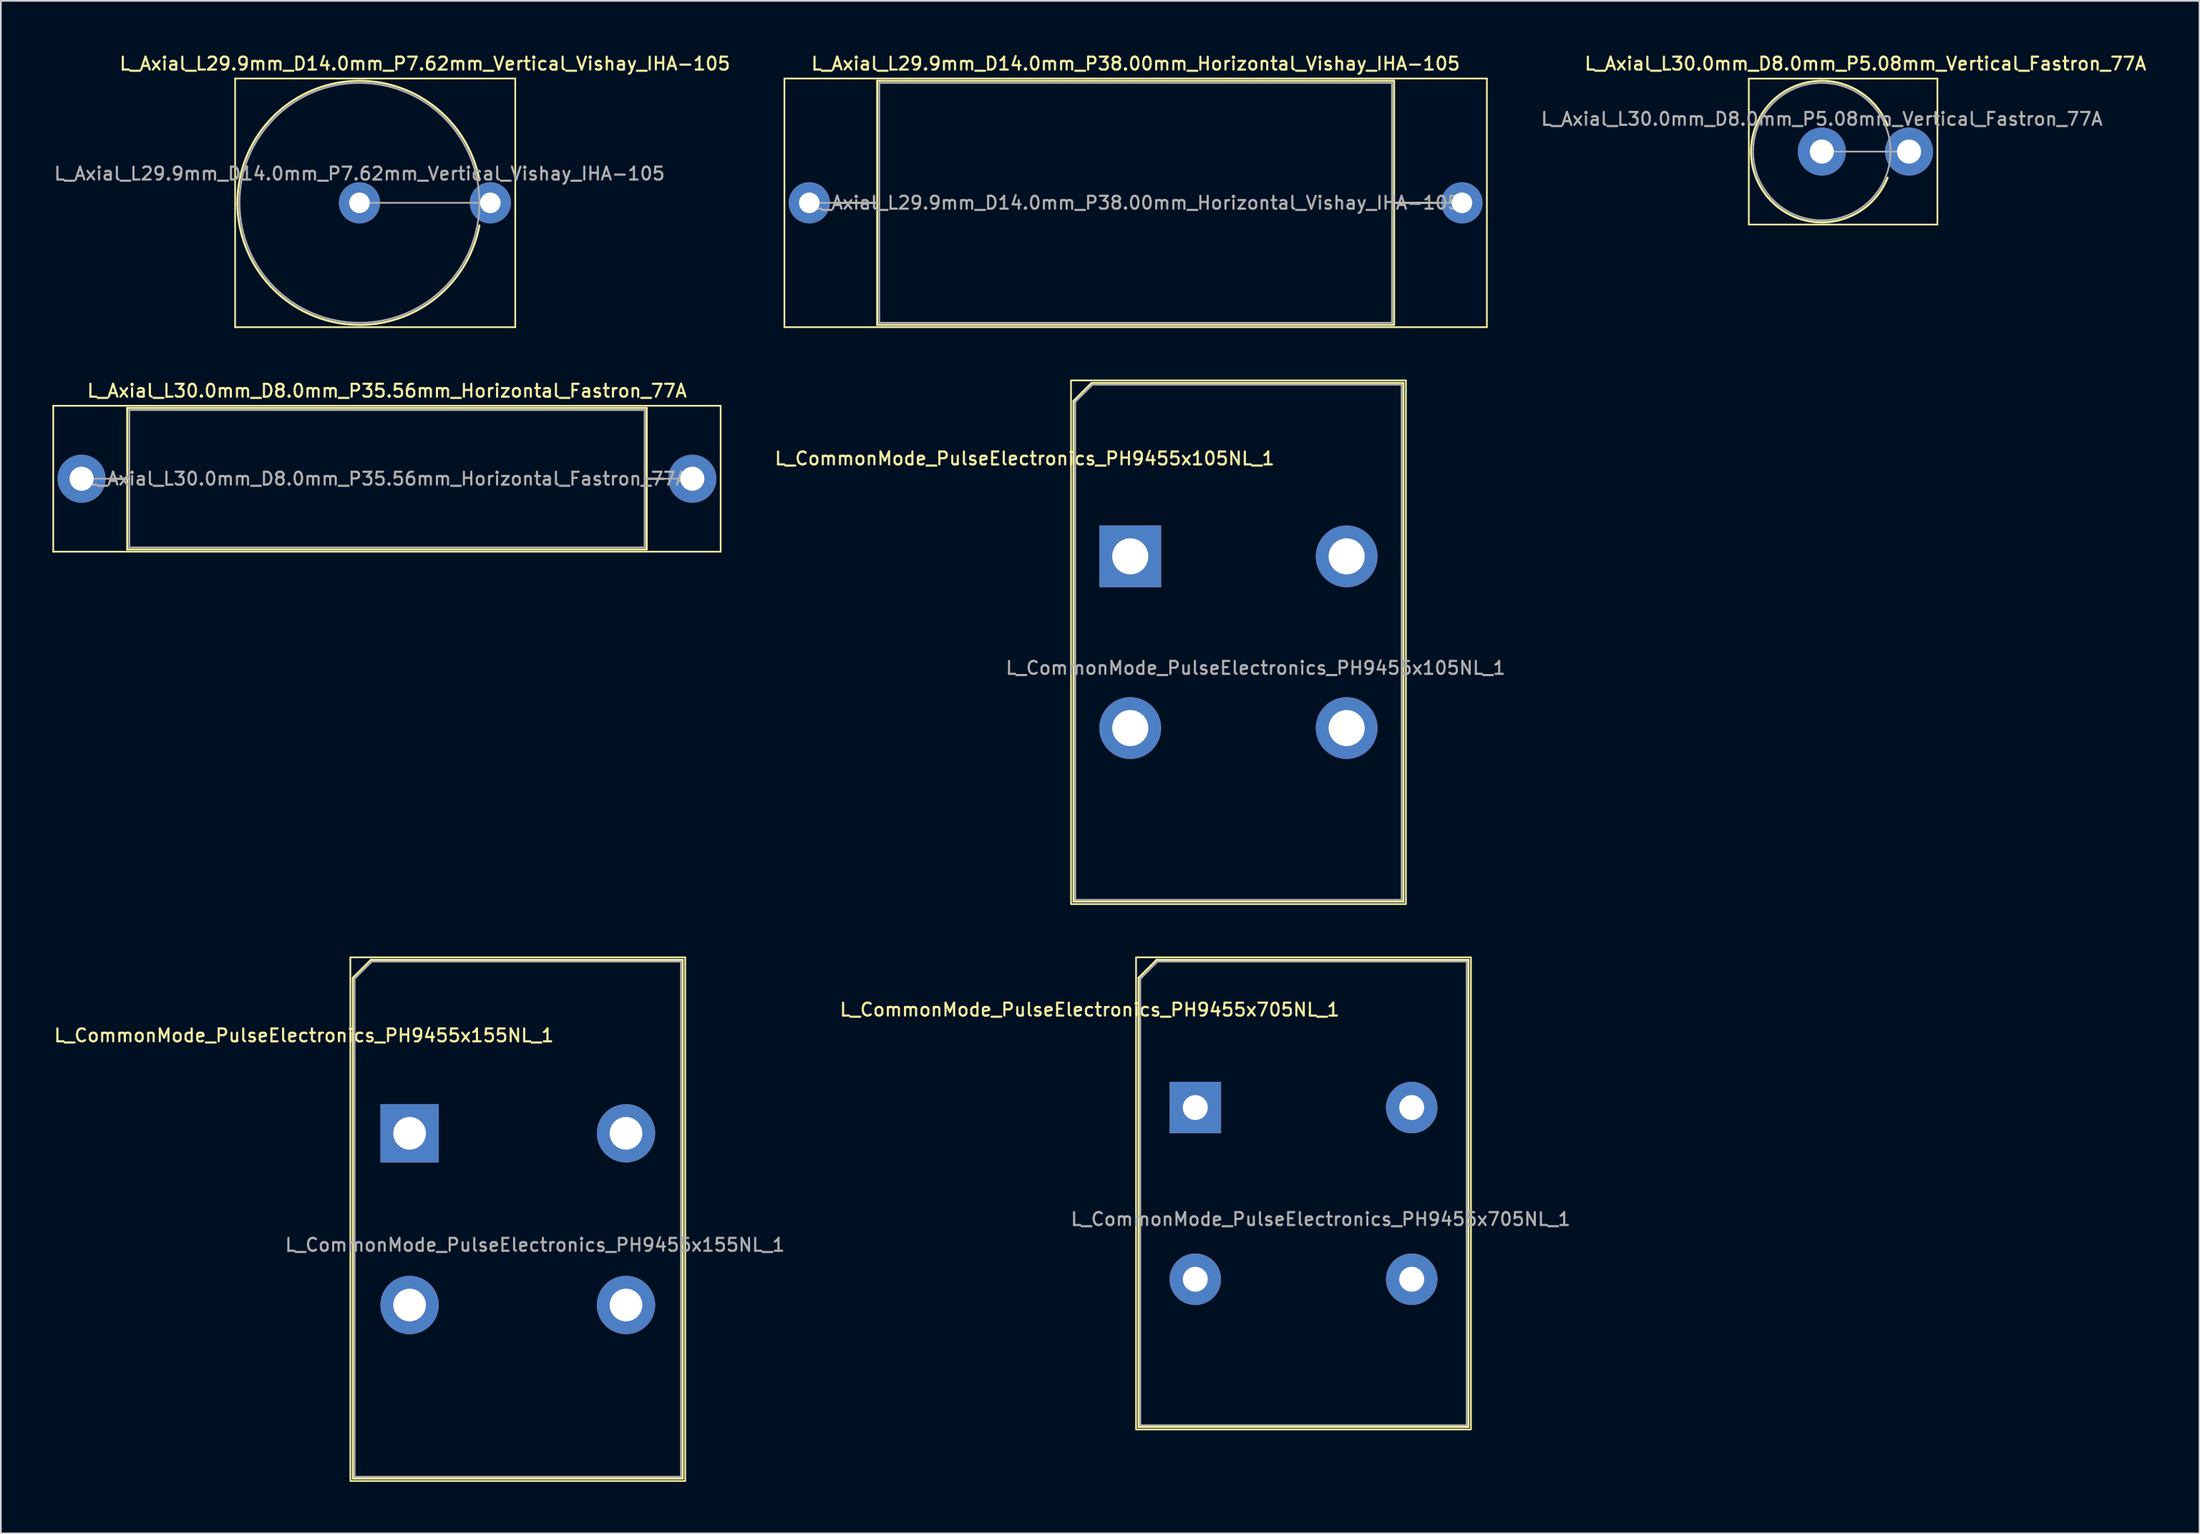
<source format=kicad_pcb>
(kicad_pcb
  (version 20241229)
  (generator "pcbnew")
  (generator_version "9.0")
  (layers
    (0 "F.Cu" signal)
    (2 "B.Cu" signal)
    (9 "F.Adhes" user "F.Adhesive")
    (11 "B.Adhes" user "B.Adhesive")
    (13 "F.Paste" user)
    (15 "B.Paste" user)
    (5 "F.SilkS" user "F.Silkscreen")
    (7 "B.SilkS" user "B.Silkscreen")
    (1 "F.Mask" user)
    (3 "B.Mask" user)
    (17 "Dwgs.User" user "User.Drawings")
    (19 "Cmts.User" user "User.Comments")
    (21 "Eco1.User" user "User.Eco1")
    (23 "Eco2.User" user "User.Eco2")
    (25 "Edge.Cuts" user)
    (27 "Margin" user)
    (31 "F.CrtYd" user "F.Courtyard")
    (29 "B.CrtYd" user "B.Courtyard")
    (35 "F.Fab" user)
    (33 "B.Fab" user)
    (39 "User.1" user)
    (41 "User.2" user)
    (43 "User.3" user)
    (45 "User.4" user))
  (footprint "L_Axial_L30.0mm_D8.0mm_P5.08mm_Vertical_Fastron_77A"
    (layer "F.Cu")
    (at 103.023 5.778)
    (property "Reference" "L_Axial_L30.0mm_D8.0mm_P5.08mm_Vertical_Fastron_77A" (at 2.54 -5.12 0) (layer "F.SilkS") (effects (font (size 0.75 0.75) (thickness 0.125))))
    (attr through_hole)
    (fp_line (start -4.25 -4.25) (end -4.25 4.25) (stroke (width 0.1) (type solid)) (layer "F.SilkS"))
    (fp_line (start -4.25 4.25) (end 6.73 4.25) (stroke (width 0.1) (type solid)) (layer "F.SilkS"))
    (fp_line (start 6.73 -4.25) (end -4.25 -4.25) (stroke (width 0.1) (type solid)) (layer "F.SilkS"))
    (fp_line (start 6.73 4.25) (end 6.73 -4.25) (stroke (width 0.1) (type solid)) (layer "F.SilkS"))
    (fp_arc (start 3.82936 1.52) (mid -4.12 0) (end 3.82936 -1.52) (stroke (width 0.12) (type solid)) (layer "F.SilkS"))
    (fp_line (start 0 0) (end 5.08 0) (stroke (width 0.1) (type solid)) (layer "F.Fab"))
    (fp_circle (center 0 0) (end 4 0) (stroke (width 0.1) (type solid)) (fill no) (layer "F.Fab"))
    (fp_text user "${REFERENCE}" (at 0 -1.9 0) (layer "F.Fab") (effects (font (size 0.75 0.75) (thickness 0.125))))
    (pad "1" thru_hole circle (at 0 0) (size 2.8 2.8) (drill 1.4) (layers "*.Cu" "*.Mask"))
    (pad "2" thru_hole oval (at 5.08 0) (size 2.8 2.8) (drill 1.4) (layers "*.Cu" "*.Mask")))
  (footprint "L_Axial_L29.9mm_D14.0mm_P7.62mm_Vertical_Vishay_IHA-105"
    (layer "F.Cu")
    (at 17.88 8.763)
    (property "Reference" "L_Axial_L29.9mm_D14.0mm_P7.62mm_Vertical_Vishay_IHA-105" (at 3.81 -8.105 0) (layer "F.SilkS") (effects (font (size 0.75 0.75) (thickness 0.125))))
    (attr through_hole)
    (fp_line (start -7.24 -7.24) (end -7.24 7.24) (stroke (width 0.1) (type solid)) (layer "F.SilkS"))
    (fp_line (start -7.24 7.24) (end 9.07 7.24) (stroke (width 0.1) (type solid)) (layer "F.SilkS"))
    (fp_line (start 9.07 -7.24) (end -7.24 -7.24) (stroke (width 0.1) (type solid)) (layer "F.SilkS"))
    (fp_line (start 9.07 7.24) (end 9.07 -7.24) (stroke (width 0.1) (type solid)) (layer "F.SilkS"))
    (fp_arc (start 6.981305 1.32) (mid -7.105 0) (end 6.981305 -1.32) (stroke (width 0.12) (type solid)) (layer "F.SilkS"))
    (fp_line (start 0 0) (end 7.62 0) (stroke (width 0.1) (type solid)) (layer "F.Fab"))
    (fp_circle (center 0 0) (end 6.985 0) (stroke (width 0.1) (type solid)) (fill no) (layer "F.Fab"))
    (fp_text user "${REFERENCE}" (at 0 -1.7 0) (layer "F.Fab") (effects (font (size 0.75 0.75) (thickness 0.125))))
    (pad "1" thru_hole circle (at 0 0) (size 2.4 2.4) (drill 1.2) (layers "*.Cu" "*.Mask"))
    (pad "2" thru_hole oval (at 7.62 0) (size 2.4 2.4) (drill 1.2) (layers "*.Cu" "*.Mask")))
  (footprint "L_CommonMode_PulseElectronics_PH9455x705NL_1"
    (layer "F.Cu")
    (at 66.545 61.453)
    (property "Reference" "L_CommonMode_PulseElectronics_PH9455x705NL_1" (at -6.15 -5.7 0) (unlocked yes) (layer "F.SilkS") (effects (font (size 0.75 0.75) (thickness 0.125))))
    (attr through_hole)
    (fp_line (start -3.3 -7.55) (end -3.3 18.6) (stroke (width 0.12) (type solid)) (layer "F.SilkS"))
    (fp_line (start -3.3 18.6) (end 15.9 18.6) (stroke (width 0.12) (type solid)) (layer "F.SilkS"))
    (fp_line (start -2.25 -8.6) (end -3.3 -7.55) (stroke (width 0.12) (type solid)) (layer "F.SilkS"))
    (fp_line (start 15.9 -8.6) (end -2.25 -8.6) (stroke (width 0.12) (type solid)) (layer "F.SilkS"))
    (fp_line (start 15.9 18.6) (end 15.9 -8.6) (stroke (width 0.12) (type solid)) (layer "F.SilkS"))
    (fp_rect (start -3.45 -8.75) (end 16.05 18.75) (stroke (width 0.1) (type solid)) (fill no) (layer "F.SilkS"))
    (fp_line (start -3.2 -7.5) (end -2.2 -8.5) (stroke (width 0.1) (type solid)) (layer "F.Fab"))
    (fp_line (start -3.2 18.5) (end -3.2 -7.5) (stroke (width 0.1) (type solid)) (layer "F.Fab"))
    (fp_line (start -2.2 -8.5) (end 15.8 -8.5) (stroke (width 0.1) (type solid)) (layer "F.Fab"))
    (fp_line (start 15.8 -8.5) (end 15.8 18.5) (stroke (width 0.1) (type solid)) (layer "F.Fab"))
    (fp_line (start 15.8 18.5) (end -3.2 18.5) (stroke (width 0.1) (type solid)) (layer "F.Fab"))
    (fp_text user "${REFERENCE}" (at 7.3 6.5 0) (unlocked yes) (layer "F.Fab") (effects (font (size 0.75 0.75) (thickness 0.125))))
    (pad "1" thru_hole rect (at 0 0) (size 3 3) (drill 1.45) (layers "*.Cu" "*.Mask"))
    (pad "2" thru_hole circle (at 0 10) (size 3 3) (drill 1.45) (layers "*.Cu" "*.Mask"))
    (pad "3" thru_hole circle (at 12.6 10) (size 3 3) (drill 1.45) (layers "*.Cu" "*.Mask"))
    (pad "4" thru_hole circle (at 12.6 0) (size 3 3) (drill 1.45) (layers "*.Cu" "*.Mask")))
  (footprint "L_CommonMode_PulseElectronics_PH9455x105NL_1"
    (layer "F.Cu")
    (at 62.758 29.353)
    (property "Reference" "L_CommonMode_PulseElectronics_PH9455x105NL_1" (at -6.15 -5.7 0) (unlocked yes) (layer "F.SilkS") (effects (font (size 0.75 0.75) (thickness 0.125))))
    (attr through_hole)
    (fp_line (start -3.3 -9.05) (end -3.3 20.1) (stroke (width 0.12) (type solid)) (layer "F.SilkS"))
    (fp_line (start -3.3 20.1) (end 15.9 20.1) (stroke (width 0.12) (type solid)) (layer "F.SilkS"))
    (fp_line (start -2.25 -10.1) (end -3.3 -9.05) (stroke (width 0.12) (type solid)) (layer "F.SilkS"))
    (fp_line (start 15.9 -10.1) (end -2.25 -10.1) (stroke (width 0.12) (type solid)) (layer "F.SilkS"))
    (fp_line (start 15.9 20.1) (end 15.9 -10.1) (stroke (width 0.12) (type solid)) (layer "F.SilkS"))
    (fp_rect (start -3.45 -10.25) (end 16.05 20.25) (stroke (width 0.1) (type solid)) (fill no) (layer "F.SilkS"))
    (fp_line (start -3.2 -9) (end -2.2 -10) (stroke (width 0.1) (type solid)) (layer "F.Fab"))
    (fp_line (start -3.2 20) (end -3.2 -9) (stroke (width 0.1) (type solid)) (layer "F.Fab"))
    (fp_line (start -2.2 -10) (end 15.8 -10) (stroke (width 0.1) (type solid)) (layer "F.Fab"))
    (fp_line (start 15.8 -10) (end 15.8 20) (stroke (width 0.1) (type solid)) (layer "F.Fab"))
    (fp_line (start 15.8 20) (end -3.2 20) (stroke (width 0.1) (type solid)) (layer "F.Fab"))
    (fp_text user "${REFERENCE}" (at 7.3 6.5 0) (unlocked yes) (layer "F.Fab") (effects (font (size 0.75 0.75) (thickness 0.125))))
    (pad "1" thru_hole rect (at 0 0) (size 3.6 3.6) (drill 2.1) (layers "*.Cu" "*.Mask"))
    (pad "2" thru_hole circle (at 0 10) (size 3.6 3.6) (drill 2.1) (layers "*.Cu" "*.Mask"))
    (pad "3" thru_hole circle (at 12.6 10) (size 3.6 3.6) (drill 2.1) (layers "*.Cu" "*.Mask"))
    (pad "4" thru_hole circle (at 12.6 0) (size 3.6 3.6) (drill 2.1) (layers "*.Cu" "*.Mask")))
  (footprint "L_CommonMode_PulseElectronics_PH9455x155NL_1"
    (layer "F.Cu")
    (at 20.798 62.953)
    (property "Reference" "L_CommonMode_PulseElectronics_PH9455x155NL_1" (at -6.15 -5.7 0) (unlocked yes) (layer "F.SilkS") (effects (font (size 0.75 0.75) (thickness 0.125))))
    (attr through_hole)
    (fp_line (start -3.3 -9.05) (end -3.3 20.1) (stroke (width 0.12) (type solid)) (layer "F.SilkS"))
    (fp_line (start -3.3 20.1) (end 15.9 20.1) (stroke (width 0.12) (type solid)) (layer "F.SilkS"))
    (fp_line (start -2.25 -10.1) (end -3.3 -9.05) (stroke (width 0.12) (type solid)) (layer "F.SilkS"))
    (fp_line (start 15.9 -10.1) (end -2.25 -10.1) (stroke (width 0.12) (type solid)) (layer "F.SilkS"))
    (fp_line (start 15.9 20.1) (end 15.9 -10.1) (stroke (width 0.12) (type solid)) (layer "F.SilkS"))
    (fp_rect (start -3.45 -10.25) (end 16.05 20.25) (stroke (width 0.1) (type solid)) (fill no) (layer "F.SilkS"))
    (fp_line (start -3.2 -9) (end -2.2 -10) (stroke (width 0.1) (type solid)) (layer "F.Fab"))
    (fp_line (start -3.2 20) (end -3.2 -9) (stroke (width 0.1) (type solid)) (layer "F.Fab"))
    (fp_line (start -2.2 -10) (end 15.8 -10) (stroke (width 0.1) (type solid)) (layer "F.Fab"))
    (fp_line (start 15.8 -10) (end 15.8 20) (stroke (width 0.1) (type solid)) (layer "F.Fab"))
    (fp_line (start 15.8 20) (end -3.2 20) (stroke (width 0.1) (type solid)) (layer "F.Fab"))
    (fp_text user "${REFERENCE}" (at 7.3 6.5 0) (unlocked yes) (layer "F.Fab") (effects (font (size 0.75 0.75) (thickness 0.125))))
    (pad "1" thru_hole rect (at 0 0) (size 3.4 3.4) (drill 1.9) (layers "*.Cu" "*.Mask"))
    (pad "2" thru_hole circle (at 0 10) (size 3.4 3.4) (drill 1.9) (layers "*.Cu" "*.Mask"))
    (pad "3" thru_hole circle (at 12.6 10) (size 3.4 3.4) (drill 1.9) (layers "*.Cu" "*.Mask"))
    (pad "4" thru_hole circle (at 12.6 0) (size 3.4 3.4) (drill 1.9) (layers "*.Cu" "*.Mask")))
  (footprint "L_Axial_L29.9mm_D14.0mm_P38.00mm_Horizontal_Vishay_IHA-105"
    (layer "F.Cu")
    (at 44.071 8.763)
    (property "Reference" "L_Axial_L29.9mm_D14.0mm_P38.00mm_Horizontal_Vishay_IHA-105" (at 19 -8.105 0) (layer "F.SilkS") (effects (font (size 0.75 0.75) (thickness 0.125))))
    (attr through_hole)
    (fp_line (start -1.45 -7.24) (end -1.45 7.24) (stroke (width 0.1) (type solid)) (layer "F.SilkS"))
    (fp_line (start -1.45 7.24) (end 39.45 7.24) (stroke (width 0.1) (type solid)) (layer "F.SilkS"))
    (fp_line (start 1.44 0) (end 3.955 0) (stroke (width 0.12) (type solid)) (layer "F.SilkS"))
    (fp_line (start 3.955 -7.105) (end 3.955 7.105) (stroke (width 0.12) (type solid)) (layer "F.SilkS"))
    (fp_line (start 3.955 7.105) (end 34.045 7.105) (stroke (width 0.12) (type solid)) (layer "F.SilkS"))
    (fp_line (start 34.045 -7.105) (end 3.955 -7.105) (stroke (width 0.12) (type solid)) (layer "F.SilkS"))
    (fp_line (start 34.045 7.105) (end 34.045 -7.105) (stroke (width 0.12) (type solid)) (layer "F.SilkS"))
    (fp_line (start 36.56 0) (end 34.045 0) (stroke (width 0.12) (type solid)) (layer "F.SilkS"))
    (fp_line (start 39.45 -7.24) (end -1.45 -7.24) (stroke (width 0.1) (type solid)) (layer "F.SilkS"))
    (fp_line (start 39.45 7.24) (end 39.45 -7.24) (stroke (width 0.1) (type solid)) (layer "F.SilkS"))
    (fp_line (start 0 0) (end 4.075 0) (stroke (width 0.1) (type solid)) (layer "F.Fab"))
    (fp_line (start 4.075 -6.985) (end 4.075 6.985) (stroke (width 0.1) (type solid)) (layer "F.Fab"))
    (fp_line (start 4.075 6.985) (end 33.925 6.985) (stroke (width 0.1) (type solid)) (layer "F.Fab"))
    (fp_line (start 33.925 -6.985) (end 4.075 -6.985) (stroke (width 0.1) (type solid)) (layer "F.Fab"))
    (fp_line (start 33.925 6.985) (end 33.925 -6.985) (stroke (width 0.1) (type solid)) (layer "F.Fab"))
    (fp_line (start 38 0) (end 33.925 0) (stroke (width 0.1) (type solid)) (layer "F.Fab"))
    (fp_text user "${REFERENCE}" (at 19 0 0) (layer "F.Fab") (effects (font (size 0.75 0.75) (thickness 0.125))))
    (pad "1" thru_hole circle (at 0 0) (size 2.4 2.4) (drill 1.2) (layers "*.Cu" "*.Mask"))
    (pad "2" thru_hole oval (at 38 0) (size 2.4 2.4) (drill 1.2) (layers "*.Cu" "*.Mask")))
  (footprint "L_Axial_L30.0mm_D8.0mm_P35.56mm_Horizontal_Fastron_77A"
    (layer "F.Cu")
    (at 1.7 24.831)
    (property "Reference" "L_Axial_L30.0mm_D8.0mm_P35.56mm_Horizontal_Fastron_77A" (at 17.78 -5.12 0) (layer "F.SilkS") (effects (font (size 0.75 0.75) (thickness 0.125))))
    (attr through_hole)
    (fp_line (start -1.65 -4.25) (end -1.65 4.25) (stroke (width 0.1) (type solid)) (layer "F.SilkS"))
    (fp_line (start -1.65 4.25) (end 37.21 4.25) (stroke (width 0.1) (type solid)) (layer "F.SilkS"))
    (fp_line (start 1.64 0) (end 2.66 0) (stroke (width 0.12) (type solid)) (layer "F.SilkS"))
    (fp_line (start 2.66 -4.12) (end 2.66 4.12) (stroke (width 0.12) (type solid)) (layer "F.SilkS"))
    (fp_line (start 2.66 4.12) (end 32.9 4.12) (stroke (width 0.12) (type solid)) (layer "F.SilkS"))
    (fp_line (start 32.9 -4.12) (end 2.66 -4.12) (stroke (width 0.12) (type solid)) (layer "F.SilkS"))
    (fp_line (start 32.9 4.12) (end 32.9 -4.12) (stroke (width 0.12) (type solid)) (layer "F.SilkS"))
    (fp_line (start 33.92 0) (end 32.9 0) (stroke (width 0.12) (type solid)) (layer "F.SilkS"))
    (fp_line (start 37.21 -4.25) (end -1.65 -4.25) (stroke (width 0.1) (type solid)) (layer "F.SilkS"))
    (fp_line (start 37.21 4.25) (end 37.21 -4.25) (stroke (width 0.1) (type solid)) (layer "F.SilkS"))
    (fp_line (start 0 0) (end 2.78 0) (stroke (width 0.1) (type solid)) (layer "F.Fab"))
    (fp_line (start 2.78 -4) (end 2.78 4) (stroke (width 0.1) (type solid)) (layer "F.Fab"))
    (fp_line (start 2.78 4) (end 32.78 4) (stroke (width 0.1) (type solid)) (layer "F.Fab"))
    (fp_line (start 32.78 -4) (end 2.78 -4) (stroke (width 0.1) (type solid)) (layer "F.Fab"))
    (fp_line (start 32.78 4) (end 32.78 -4) (stroke (width 0.1) (type solid)) (layer "F.Fab"))
    (fp_line (start 35.56 0) (end 32.78 0) (stroke (width 0.1) (type solid)) (layer "F.Fab"))
    (fp_text user "${REFERENCE}" (at 17.78 0 0) (layer "F.Fab") (effects (font (size 0.75 0.75) (thickness 0.125))))
    (pad "1" thru_hole circle (at 0 0) (size 2.8 2.8) (drill 1.4) (layers "*.Cu" "*.Mask"))
    (pad "2" thru_hole oval (at 35.56 0) (size 2.8 2.8) (drill 1.4) (layers "*.Cu" "*.Mask")))
  (gr_rect
    (start -3 -3)
    (end 125.014 86.253)
    (stroke (width 0.1) (type default))
    (fill no)
    (layer "Edge.Cuts")))
</source>
